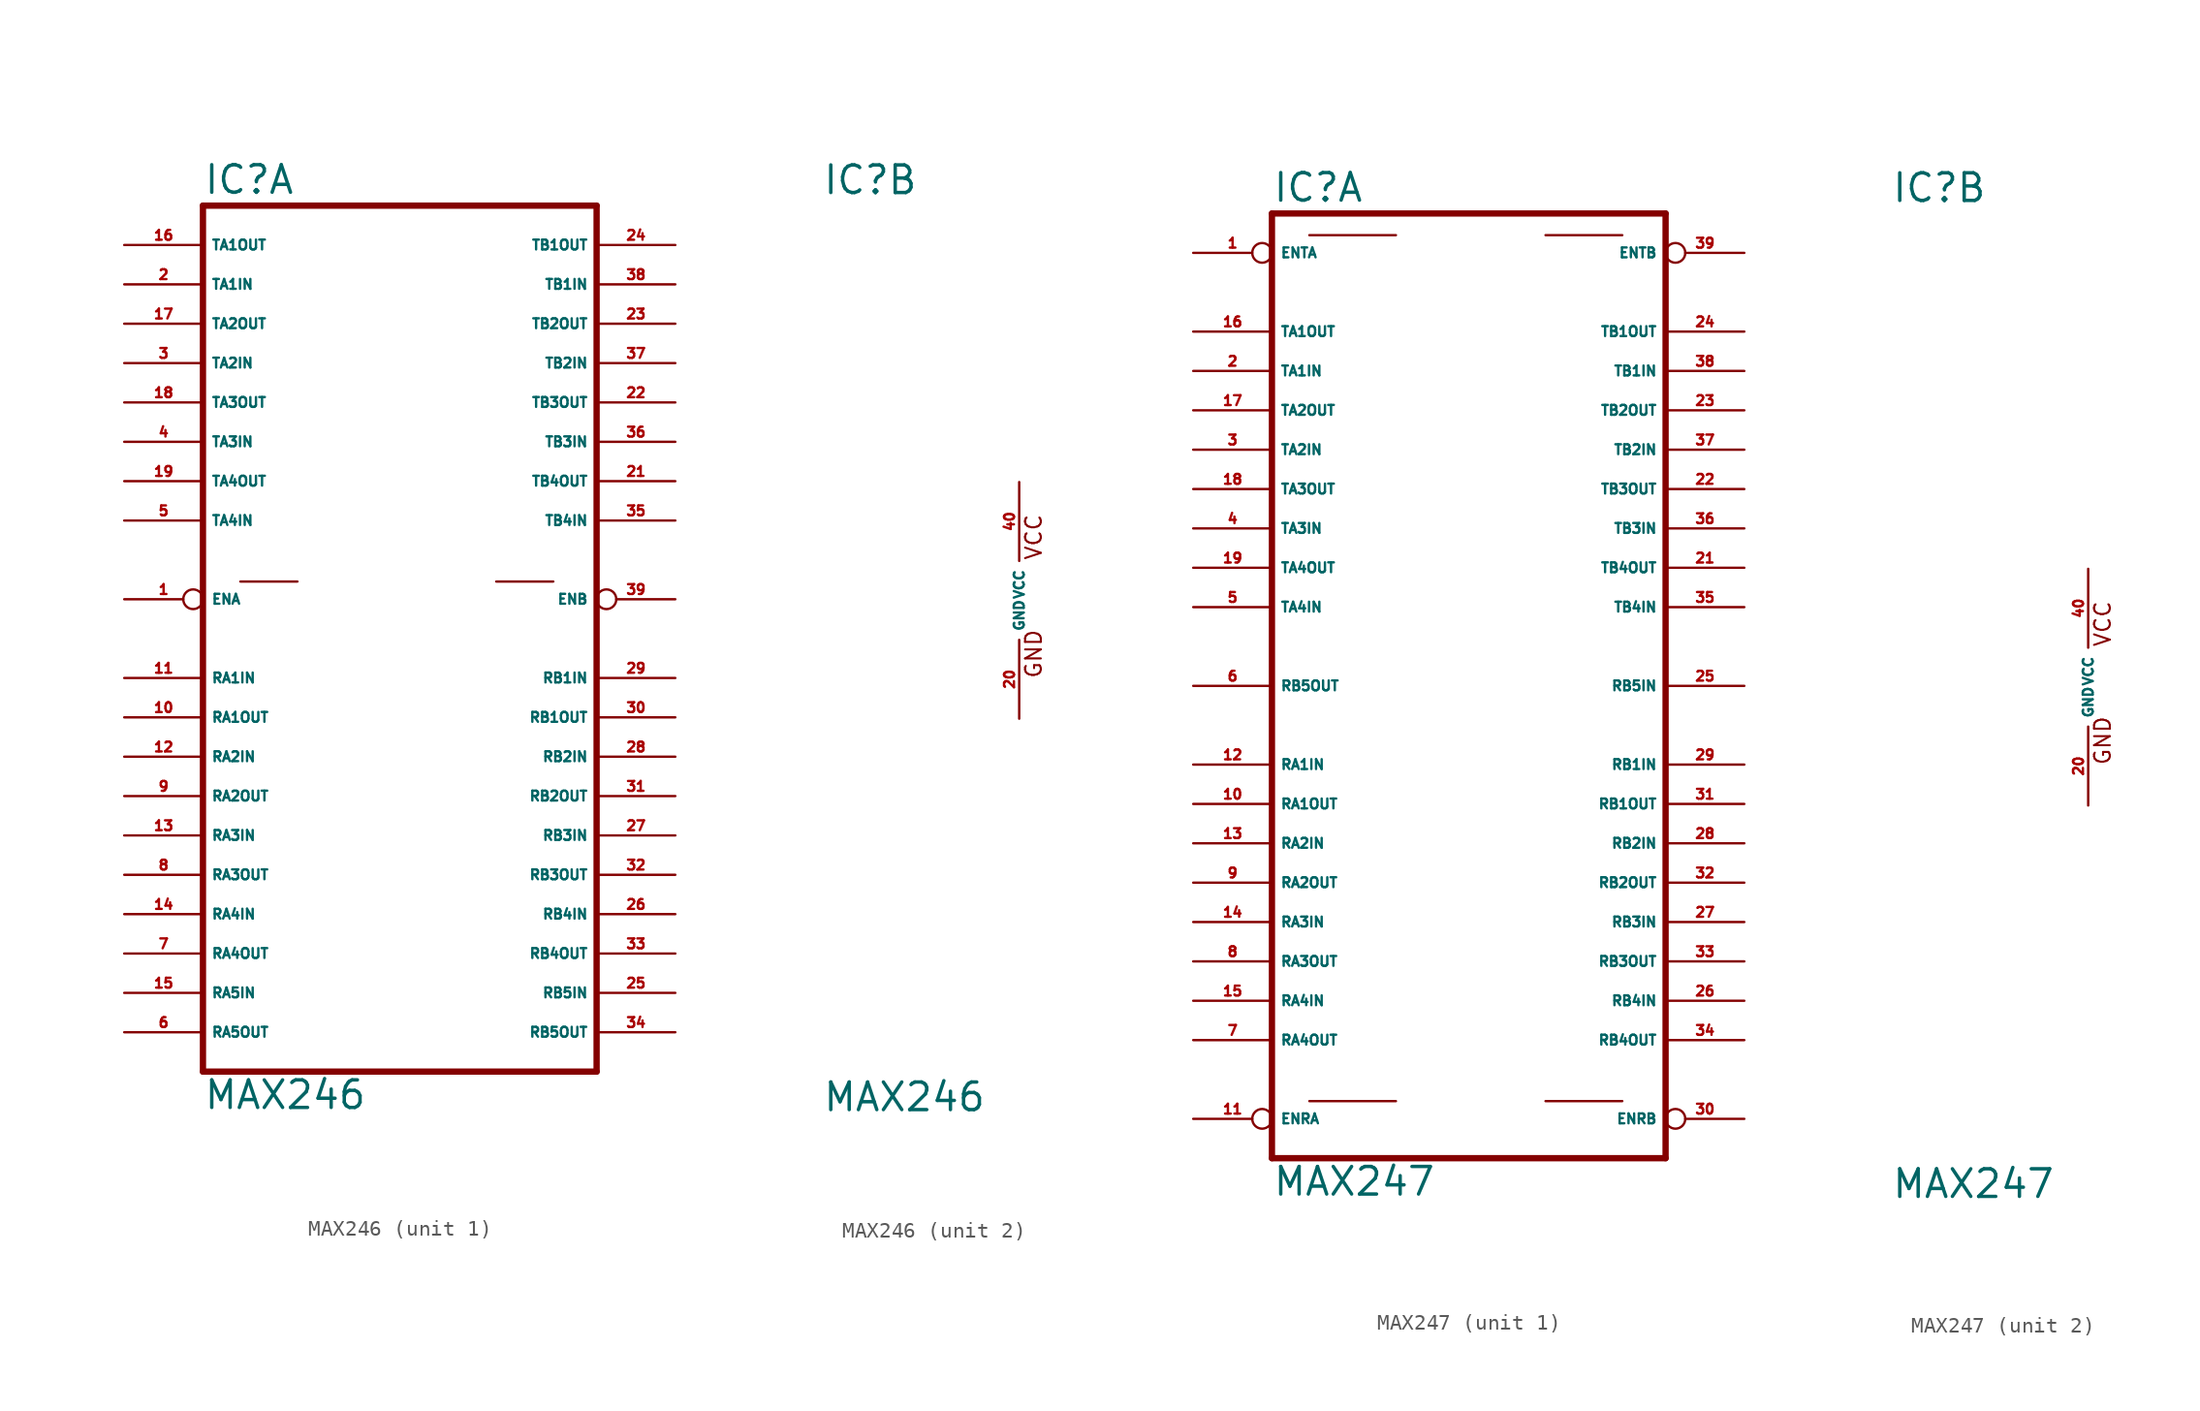
<source format=kicad_sym>
(kicad_symbol_lib
  (version 20220914)
  (generator Eagle2Kicad)
  (symbol "MAX246"
    (property "Reference" "IC"
      (at -12.7 26.035 0)
      (effects (font (size 1.778 1.778) (thickness 0.22)) (justify left bottom)))
    (property "Value" "MAX246"
      (at -12.7 -33.02 0)
      (effects (font (size 1.778 1.778) (thickness 0.22)) (justify left bottom)))
    (symbol "MAX246_1_0"
      (polyline (pts (xy -12.7 25.4) (xy 12.7 25.4)) (stroke (width 0.406) (type default)) (fill (type none)))
      (polyline (pts (xy 12.7 -30.48) (xy 12.7 25.4)) (stroke (width 0.406) (type default)) (fill (type none)))
      (polyline (pts (xy 12.7 -30.48) (xy -12.7 -30.48)) (stroke (width 0.406) (type default)) (fill (type none)))
      (polyline (pts (xy -12.7 25.4) (xy -12.7 -30.48)) (stroke (width 0.406) (type default)) (fill (type none)))
      (polyline (pts (xy 6.223 1.143) (xy 9.906 1.143)) (stroke (width 0.152) (type default)) (fill (type none)))
      (polyline (pts (xy -10.287 1.143) (xy -6.604 1.143)) (stroke (width 0.152) (type default)) (fill (type none)))
      (pin passive inverted (at -17.78 0 0) (length 5.08) (name "ENA" (effects (font (size 0.635 0.635) (thickness 0.08)) (justify left bottom))) (number "1" (effects (font (size 0.635 0.635) (thickness 0.08)) (justify left bottom))))
      (pin output line (at -17.78 22.86 0) (length 5.08) (name "TA1OUT" (effects (font (size 0.635 0.635) (thickness 0.08)) (justify left bottom))) (number "16" (effects (font (size 0.635 0.635) (thickness 0.08)) (justify left bottom))))
      (pin input line (at -17.78 20.32 0) (length 5.08) (name "TA1IN" (effects (font (size 0.635 0.635) (thickness 0.08)) (justify left bottom))) (number "2" (effects (font (size 0.635 0.635) (thickness 0.08)) (justify left bottom))))
      (pin input line (at -17.78 15.24 0) (length 5.08) (name "TA2IN" (effects (font (size 0.635 0.635) (thickness 0.08)) (justify left bottom))) (number "3" (effects (font (size 0.635 0.635) (thickness 0.08)) (justify left bottom))))
      (pin output line (at -17.78 12.7 0) (length 5.08) (name "TA3OUT" (effects (font (size 0.635 0.635) (thickness 0.08)) (justify left bottom))) (number "18" (effects (font (size 0.635 0.635) (thickness 0.08)) (justify left bottom))))
      (pin passive inverted (at 17.78 0 180) (length 5.08) (name "ENB" (effects (font (size 0.635 0.635) (thickness 0.08)) (justify left bottom))) (number "39" (effects (font (size 0.635 0.635) (thickness 0.08)) (justify left bottom))))
      (pin output line (at 17.78 22.86 180) (length 5.08) (name "TB1OUT" (effects (font (size 0.635 0.635) (thickness 0.08)) (justify left bottom))) (number "24" (effects (font (size 0.635 0.635) (thickness 0.08)) (justify left bottom))))
      (pin input line (at 17.78 20.32 180) (length 5.08) (name "TB1IN" (effects (font (size 0.635 0.635) (thickness 0.08)) (justify left bottom))) (number "38" (effects (font (size 0.635 0.635) (thickness 0.08)) (justify left bottom))))
      (pin input line (at 17.78 15.24 180) (length 5.08) (name "TB2IN" (effects (font (size 0.635 0.635) (thickness 0.08)) (justify left bottom))) (number "37" (effects (font (size 0.635 0.635) (thickness 0.08)) (justify left bottom))))
      (pin output line (at 17.78 12.7 180) (length 5.08) (name "TB3OUT" (effects (font (size 0.635 0.635) (thickness 0.08)) (justify left bottom))) (number "22" (effects (font (size 0.635 0.635) (thickness 0.08)) (justify left bottom))))
      (pin output line (at -17.78 17.78 0) (length 5.08) (name "TA2OUT" (effects (font (size 0.635 0.635) (thickness 0.08)) (justify left bottom))) (number "17" (effects (font (size 0.635 0.635) (thickness 0.08)) (justify left bottom))))
      (pin input line (at -17.78 10.16 0) (length 5.08) (name "TA3IN" (effects (font (size 0.635 0.635) (thickness 0.08)) (justify left bottom))) (number "4" (effects (font (size 0.635 0.635) (thickness 0.08)) (justify left bottom))))
      (pin output line (at -17.78 7.62 0) (length 5.08) (name "TA4OUT" (effects (font (size 0.635 0.635) (thickness 0.08)) (justify left bottom))) (number "19" (effects (font (size 0.635 0.635) (thickness 0.08)) (justify left bottom))))
      (pin input line (at -17.78 5.08 0) (length 5.08) (name "TA4IN" (effects (font (size 0.635 0.635) (thickness 0.08)) (justify left bottom))) (number "5" (effects (font (size 0.635 0.635) (thickness 0.08)) (justify left bottom))))
      (pin input line (at -17.78 -5.08 0) (length 5.08) (name "RA1IN" (effects (font (size 0.635 0.635) (thickness 0.08)) (justify left bottom))) (number "11" (effects (font (size 0.635 0.635) (thickness 0.08)) (justify left bottom))))
      (pin output line (at -17.78 -7.62 0) (length 5.08) (name "RA1OUT" (effects (font (size 0.635 0.635) (thickness 0.08)) (justify left bottom))) (number "10" (effects (font (size 0.635 0.635) (thickness 0.08)) (justify left bottom))))
      (pin input line (at -17.78 -10.16 0) (length 5.08) (name "RA2IN" (effects (font (size 0.635 0.635) (thickness 0.08)) (justify left bottom))) (number "12" (effects (font (size 0.635 0.635) (thickness 0.08)) (justify left bottom))))
      (pin output line (at -17.78 -12.7 0) (length 5.08) (name "RA2OUT" (effects (font (size 0.635 0.635) (thickness 0.08)) (justify left bottom))) (number "9" (effects (font (size 0.635 0.635) (thickness 0.08)) (justify left bottom))))
      (pin input line (at -17.78 -15.24 0) (length 5.08) (name "RA3IN" (effects (font (size 0.635 0.635) (thickness 0.08)) (justify left bottom))) (number "13" (effects (font (size 0.635 0.635) (thickness 0.08)) (justify left bottom))))
      (pin output line (at -17.78 -17.78 0) (length 5.08) (name "RA3OUT" (effects (font (size 0.635 0.635) (thickness 0.08)) (justify left bottom))) (number "8" (effects (font (size 0.635 0.635) (thickness 0.08)) (justify left bottom))))
      (pin input line (at -17.78 -20.32 0) (length 5.08) (name "RA4IN" (effects (font (size 0.635 0.635) (thickness 0.08)) (justify left bottom))) (number "14" (effects (font (size 0.635 0.635) (thickness 0.08)) (justify left bottom))))
      (pin output line (at -17.78 -22.86 0) (length 5.08) (name "RA4OUT" (effects (font (size 0.635 0.635) (thickness 0.08)) (justify left bottom))) (number "7" (effects (font (size 0.635 0.635) (thickness 0.08)) (justify left bottom))))
      (pin input line (at -17.78 -25.4 0) (length 5.08) (name "RA5IN" (effects (font (size 0.635 0.635) (thickness 0.08)) (justify left bottom))) (number "15" (effects (font (size 0.635 0.635) (thickness 0.08)) (justify left bottom))))
      (pin output line (at -17.78 -27.94 0) (length 5.08) (name "RA5OUT" (effects (font (size 0.635 0.635) (thickness 0.08)) (justify left bottom))) (number "6" (effects (font (size 0.635 0.635) (thickness 0.08)) (justify left bottom))))
      (pin output line (at 17.78 -27.94 180) (length 5.08) (name "RB5OUT" (effects (font (size 0.635 0.635) (thickness 0.08)) (justify left bottom))) (number "34" (effects (font (size 0.635 0.635) (thickness 0.08)) (justify left bottom))))
      (pin input line (at 17.78 -25.4 180) (length 5.08) (name "RB5IN" (effects (font (size 0.635 0.635) (thickness 0.08)) (justify left bottom))) (number "25" (effects (font (size 0.635 0.635) (thickness 0.08)) (justify left bottom))))
      (pin output line (at 17.78 -22.86 180) (length 5.08) (name "RB4OUT" (effects (font (size 0.635 0.635) (thickness 0.08)) (justify left bottom))) (number "33" (effects (font (size 0.635 0.635) (thickness 0.08)) (justify left bottom))))
      (pin input line (at 17.78 -20.32 180) (length 5.08) (name "RB4IN" (effects (font (size 0.635 0.635) (thickness 0.08)) (justify left bottom))) (number "26" (effects (font (size 0.635 0.635) (thickness 0.08)) (justify left bottom))))
      (pin output line (at 17.78 -17.78 180) (length 5.08) (name "RB3OUT" (effects (font (size 0.635 0.635) (thickness 0.08)) (justify left bottom))) (number "32" (effects (font (size 0.635 0.635) (thickness 0.08)) (justify left bottom))))
      (pin input line (at 17.78 -15.24 180) (length 5.08) (name "RB3IN" (effects (font (size 0.635 0.635) (thickness 0.08)) (justify left bottom))) (number "27" (effects (font (size 0.635 0.635) (thickness 0.08)) (justify left bottom))))
      (pin output line (at 17.78 -12.7 180) (length 5.08) (name "RB2OUT" (effects (font (size 0.635 0.635) (thickness 0.08)) (justify left bottom))) (number "31" (effects (font (size 0.635 0.635) (thickness 0.08)) (justify left bottom))))
      (pin input line (at 17.78 -10.16 180) (length 5.08) (name "RB2IN" (effects (font (size 0.635 0.635) (thickness 0.08)) (justify left bottom))) (number "28" (effects (font (size 0.635 0.635) (thickness 0.08)) (justify left bottom))))
      (pin output line (at 17.78 -7.62 180) (length 5.08) (name "RB1OUT" (effects (font (size 0.635 0.635) (thickness 0.08)) (justify left bottom))) (number "30" (effects (font (size 0.635 0.635) (thickness 0.08)) (justify left bottom))))
      (pin input line (at 17.78 -5.08 180) (length 5.08) (name "RB1IN" (effects (font (size 0.635 0.635) (thickness 0.08)) (justify left bottom))) (number "29" (effects (font (size 0.635 0.635) (thickness 0.08)) (justify left bottom))))
      (pin input line (at 17.78 5.08 180) (length 5.08) (name "TB4IN" (effects (font (size 0.635 0.635) (thickness 0.08)) (justify left bottom))) (number "35" (effects (font (size 0.635 0.635) (thickness 0.08)) (justify left bottom))))
      (pin output line (at 17.78 7.62 180) (length 5.08) (name "TB4OUT" (effects (font (size 0.635 0.635) (thickness 0.08)) (justify left bottom))) (number "21" (effects (font (size 0.635 0.635) (thickness 0.08)) (justify left bottom))))
      (pin input line (at 17.78 10.16 180) (length 5.08) (name "TB3IN" (effects (font (size 0.635 0.635) (thickness 0.08)) (justify left bottom))) (number "36" (effects (font (size 0.635 0.635) (thickness 0.08)) (justify left bottom))))
      (pin output line (at 17.78 17.78 180) (length 5.08) (name "TB2OUT" (effects (font (size 0.635 0.635) (thickness 0.08)) (justify left bottom))) (number "23" (effects (font (size 0.635 0.635) (thickness 0.08)) (justify left bottom)))))
    (symbol "MAX246_2_0"
      (text "GND" (at 1.524 -5.08 900) (effects (font (size 1.016 1.016) (thickness 0.13)) (justify left bottom)))
      (text "VCC" (at 1.524 2.54 900) (effects (font (size 1.016 1.016) (thickness 0.13)) (justify left bottom)))
      (pin unspecified line (at 0 7.62 270) (length 5.08) (name "VCC" (effects (font (size 0.635 0.635) (thickness 0.08)) (justify left bottom))) (number "40" (effects (font (size 0.635 0.635) (thickness 0.08)) (justify left bottom))))
      (pin unspecified line (at 0 -7.62 90) (length 5.08) (name "GND" (effects (font (size 0.635 0.635) (thickness 0.08)) (justify left bottom))) (number "20" (effects (font (size 0.635 0.635) (thickness 0.08)) (justify left bottom))))))
  (symbol "MAX247"
    (property "Reference" "IC"
      (at -12.7 31.115 0)
      (effects (font (size 1.778 1.778) (thickness 0.22)) (justify left bottom)))
    (property "Value" "MAX247"
      (at -12.7 -33.02 0)
      (effects (font (size 1.778 1.778) (thickness 0.22)) (justify left bottom)))
    (symbol "MAX247_1_0"
      (polyline (pts (xy -12.7 30.48) (xy 12.7 30.48)) (stroke (width 0.406) (type default)) (fill (type none)))
      (polyline (pts (xy 12.7 -30.48) (xy 12.7 30.48)) (stroke (width 0.406) (type default)) (fill (type none)))
      (polyline (pts (xy 12.7 -30.48) (xy -12.7 -30.48)) (stroke (width 0.406) (type default)) (fill (type none)))
      (polyline (pts (xy -12.7 30.48) (xy -12.7 -30.48)) (stroke (width 0.406) (type default)) (fill (type none)))
      (polyline (pts (xy 4.953 -26.797) (xy 9.906 -26.797)) (stroke (width 0.152) (type default)) (fill (type none)))
      (polyline (pts (xy -10.287 -26.797) (xy -4.699 -26.797)) (stroke (width 0.152) (type default)) (fill (type none)))
      (polyline (pts (xy -10.287 29.083) (xy -4.699 29.083)) (stroke (width 0.152) (type default)) (fill (type none)))
      (polyline (pts (xy 4.953 29.083) (xy 9.906 29.083)) (stroke (width 0.152) (type default)) (fill (type none)))
      (pin output line (at -17.78 0 0) (length 5.08) (name "RB5OUT" (effects (font (size 0.635 0.635) (thickness 0.08)) (justify left bottom))) (number "6" (effects (font (size 0.635 0.635) (thickness 0.08)) (justify left bottom))))
      (pin output line (at -17.78 22.86 0) (length 5.08) (name "TA1OUT" (effects (font (size 0.635 0.635) (thickness 0.08)) (justify left bottom))) (number "16" (effects (font (size 0.635 0.635) (thickness 0.08)) (justify left bottom))))
      (pin input line (at -17.78 20.32 0) (length 5.08) (name "TA1IN" (effects (font (size 0.635 0.635) (thickness 0.08)) (justify left bottom))) (number "2" (effects (font (size 0.635 0.635) (thickness 0.08)) (justify left bottom))))
      (pin input line (at -17.78 15.24 0) (length 5.08) (name "TA2IN" (effects (font (size 0.635 0.635) (thickness 0.08)) (justify left bottom))) (number "3" (effects (font (size 0.635 0.635) (thickness 0.08)) (justify left bottom))))
      (pin output line (at -17.78 12.7 0) (length 5.08) (name "TA3OUT" (effects (font (size 0.635 0.635) (thickness 0.08)) (justify left bottom))) (number "18" (effects (font (size 0.635 0.635) (thickness 0.08)) (justify left bottom))))
      (pin input line (at 17.78 0 180) (length 5.08) (name "RB5IN" (effects (font (size 0.635 0.635) (thickness 0.08)) (justify left bottom))) (number "25" (effects (font (size 0.635 0.635) (thickness 0.08)) (justify left bottom))))
      (pin output line (at 17.78 22.86 180) (length 5.08) (name "TB1OUT" (effects (font (size 0.635 0.635) (thickness 0.08)) (justify left bottom))) (number "24" (effects (font (size 0.635 0.635) (thickness 0.08)) (justify left bottom))))
      (pin input line (at 17.78 20.32 180) (length 5.08) (name "TB1IN" (effects (font (size 0.635 0.635) (thickness 0.08)) (justify left bottom))) (number "38" (effects (font (size 0.635 0.635) (thickness 0.08)) (justify left bottom))))
      (pin input line (at 17.78 15.24 180) (length 5.08) (name "TB2IN" (effects (font (size 0.635 0.635) (thickness 0.08)) (justify left bottom))) (number "37" (effects (font (size 0.635 0.635) (thickness 0.08)) (justify left bottom))))
      (pin output line (at 17.78 12.7 180) (length 5.08) (name "TB3OUT" (effects (font (size 0.635 0.635) (thickness 0.08)) (justify left bottom))) (number "22" (effects (font (size 0.635 0.635) (thickness 0.08)) (justify left bottom))))
      (pin output line (at -17.78 17.78 0) (length 5.08) (name "TA2OUT" (effects (font (size 0.635 0.635) (thickness 0.08)) (justify left bottom))) (number "17" (effects (font (size 0.635 0.635) (thickness 0.08)) (justify left bottom))))
      (pin input line (at -17.78 10.16 0) (length 5.08) (name "TA3IN" (effects (font (size 0.635 0.635) (thickness 0.08)) (justify left bottom))) (number "4" (effects (font (size 0.635 0.635) (thickness 0.08)) (justify left bottom))))
      (pin output line (at -17.78 7.62 0) (length 5.08) (name "TA4OUT" (effects (font (size 0.635 0.635) (thickness 0.08)) (justify left bottom))) (number "19" (effects (font (size 0.635 0.635) (thickness 0.08)) (justify left bottom))))
      (pin input line (at -17.78 5.08 0) (length 5.08) (name "TA4IN" (effects (font (size 0.635 0.635) (thickness 0.08)) (justify left bottom))) (number "5" (effects (font (size 0.635 0.635) (thickness 0.08)) (justify left bottom))))
      (pin input line (at -17.78 -5.08 0) (length 5.08) (name "RA1IN" (effects (font (size 0.635 0.635) (thickness 0.08)) (justify left bottom))) (number "12" (effects (font (size 0.635 0.635) (thickness 0.08)) (justify left bottom))))
      (pin output line (at -17.78 -7.62 0) (length 5.08) (name "RA1OUT" (effects (font (size 0.635 0.635) (thickness 0.08)) (justify left bottom))) (number "10" (effects (font (size 0.635 0.635) (thickness 0.08)) (justify left bottom))))
      (pin input line (at -17.78 -10.16 0) (length 5.08) (name "RA2IN" (effects (font (size 0.635 0.635) (thickness 0.08)) (justify left bottom))) (number "13" (effects (font (size 0.635 0.635) (thickness 0.08)) (justify left bottom))))
      (pin output line (at -17.78 -12.7 0) (length 5.08) (name "RA2OUT" (effects (font (size 0.635 0.635) (thickness 0.08)) (justify left bottom))) (number "9" (effects (font (size 0.635 0.635) (thickness 0.08)) (justify left bottom))))
      (pin input line (at -17.78 -15.24 0) (length 5.08) (name "RA3IN" (effects (font (size 0.635 0.635) (thickness 0.08)) (justify left bottom))) (number "14" (effects (font (size 0.635 0.635) (thickness 0.08)) (justify left bottom))))
      (pin output line (at -17.78 -17.78 0) (length 5.08) (name "RA3OUT" (effects (font (size 0.635 0.635) (thickness 0.08)) (justify left bottom))) (number "8" (effects (font (size 0.635 0.635) (thickness 0.08)) (justify left bottom))))
      (pin input line (at -17.78 -20.32 0) (length 5.08) (name "RA4IN" (effects (font (size 0.635 0.635) (thickness 0.08)) (justify left bottom))) (number "15" (effects (font (size 0.635 0.635) (thickness 0.08)) (justify left bottom))))
      (pin output line (at -17.78 -22.86 0) (length 5.08) (name "RA4OUT" (effects (font (size 0.635 0.635) (thickness 0.08)) (justify left bottom))) (number "7" (effects (font (size 0.635 0.635) (thickness 0.08)) (justify left bottom))))
      (pin passive inverted (at -17.78 -27.94 0) (length 5.08) (name "ENRA" (effects (font (size 0.635 0.635) (thickness 0.08)) (justify left bottom))) (number "11" (effects (font (size 0.635 0.635) (thickness 0.08)) (justify left bottom))))
      (pin passive inverted (at 17.78 -27.94 180) (length 5.08) (name "ENRB" (effects (font (size 0.635 0.635) (thickness 0.08)) (justify left bottom))) (number "30" (effects (font (size 0.635 0.635) (thickness 0.08)) (justify left bottom))))
      (pin output line (at 17.78 -22.86 180) (length 5.08) (name "RB4OUT" (effects (font (size 0.635 0.635) (thickness 0.08)) (justify left bottom))) (number "34" (effects (font (size 0.635 0.635) (thickness 0.08)) (justify left bottom))))
      (pin input line (at 17.78 -20.32 180) (length 5.08) (name "RB4IN" (effects (font (size 0.635 0.635) (thickness 0.08)) (justify left bottom))) (number "26" (effects (font (size 0.635 0.635) (thickness 0.08)) (justify left bottom))))
      (pin output line (at 17.78 -17.78 180) (length 5.08) (name "RB3OUT" (effects (font (size 0.635 0.635) (thickness 0.08)) (justify left bottom))) (number "33" (effects (font (size 0.635 0.635) (thickness 0.08)) (justify left bottom))))
      (pin input line (at 17.78 -15.24 180) (length 5.08) (name "RB3IN" (effects (font (size 0.635 0.635) (thickness 0.08)) (justify left bottom))) (number "27" (effects (font (size 0.635 0.635) (thickness 0.08)) (justify left bottom))))
      (pin output line (at 17.78 -12.7 180) (length 5.08) (name "RB2OUT" (effects (font (size 0.635 0.635) (thickness 0.08)) (justify left bottom))) (number "32" (effects (font (size 0.635 0.635) (thickness 0.08)) (justify left bottom))))
      (pin input line (at 17.78 -10.16 180) (length 5.08) (name "RB2IN" (effects (font (size 0.635 0.635) (thickness 0.08)) (justify left bottom))) (number "28" (effects (font (size 0.635 0.635) (thickness 0.08)) (justify left bottom))))
      (pin output line (at 17.78 -7.62 180) (length 5.08) (name "RB1OUT" (effects (font (size 0.635 0.635) (thickness 0.08)) (justify left bottom))) (number "31" (effects (font (size 0.635 0.635) (thickness 0.08)) (justify left bottom))))
      (pin input line (at 17.78 -5.08 180) (length 5.08) (name "RB1IN" (effects (font (size 0.635 0.635) (thickness 0.08)) (justify left bottom))) (number "29" (effects (font (size 0.635 0.635) (thickness 0.08)) (justify left bottom))))
      (pin input line (at 17.78 5.08 180) (length 5.08) (name "TB4IN" (effects (font (size 0.635 0.635) (thickness 0.08)) (justify left bottom))) (number "35" (effects (font (size 0.635 0.635) (thickness 0.08)) (justify left bottom))))
      (pin output line (at 17.78 7.62 180) (length 5.08) (name "TB4OUT" (effects (font (size 0.635 0.635) (thickness 0.08)) (justify left bottom))) (number "21" (effects (font (size 0.635 0.635) (thickness 0.08)) (justify left bottom))))
      (pin input line (at 17.78 10.16 180) (length 5.08) (name "TB3IN" (effects (font (size 0.635 0.635) (thickness 0.08)) (justify left bottom))) (number "36" (effects (font (size 0.635 0.635) (thickness 0.08)) (justify left bottom))))
      (pin output line (at 17.78 17.78 180) (length 5.08) (name "TB2OUT" (effects (font (size 0.635 0.635) (thickness 0.08)) (justify left bottom))) (number "23" (effects (font (size 0.635 0.635) (thickness 0.08)) (justify left bottom))))
      (pin passive inverted (at -17.78 27.94 0) (length 5.08) (name "ENTA" (effects (font (size 0.635 0.635) (thickness 0.08)) (justify left bottom))) (number "1" (effects (font (size 0.635 0.635) (thickness 0.08)) (justify left bottom))))
      (pin passive inverted (at 17.78 27.94 180) (length 5.08) (name "ENTB" (effects (font (size 0.635 0.635) (thickness 0.08)) (justify left bottom))) (number "39" (effects (font (size 0.635 0.635) (thickness 0.08)) (justify left bottom)))))
    (symbol "MAX247_2_0"
      (text "GND" (at 1.524 -5.08 900) (effects (font (size 1.016 1.016) (thickness 0.13)) (justify left bottom)))
      (text "VCC" (at 1.524 2.54 900) (effects (font (size 1.016 1.016) (thickness 0.13)) (justify left bottom)))
      (pin unspecified line (at 0 7.62 270) (length 5.08) (name "VCC" (effects (font (size 0.635 0.635) (thickness 0.08)) (justify left bottom))) (number "40" (effects (font (size 0.635 0.635) (thickness 0.08)) (justify left bottom))))
      (pin unspecified line (at 0 -7.62 90) (length 5.08) (name "GND" (effects (font (size 0.635 0.635) (thickness 0.08)) (justify left bottom))) (number "20" (effects (font (size 0.635 0.635) (thickness 0.08)) (justify left bottom)))))))
</source>
